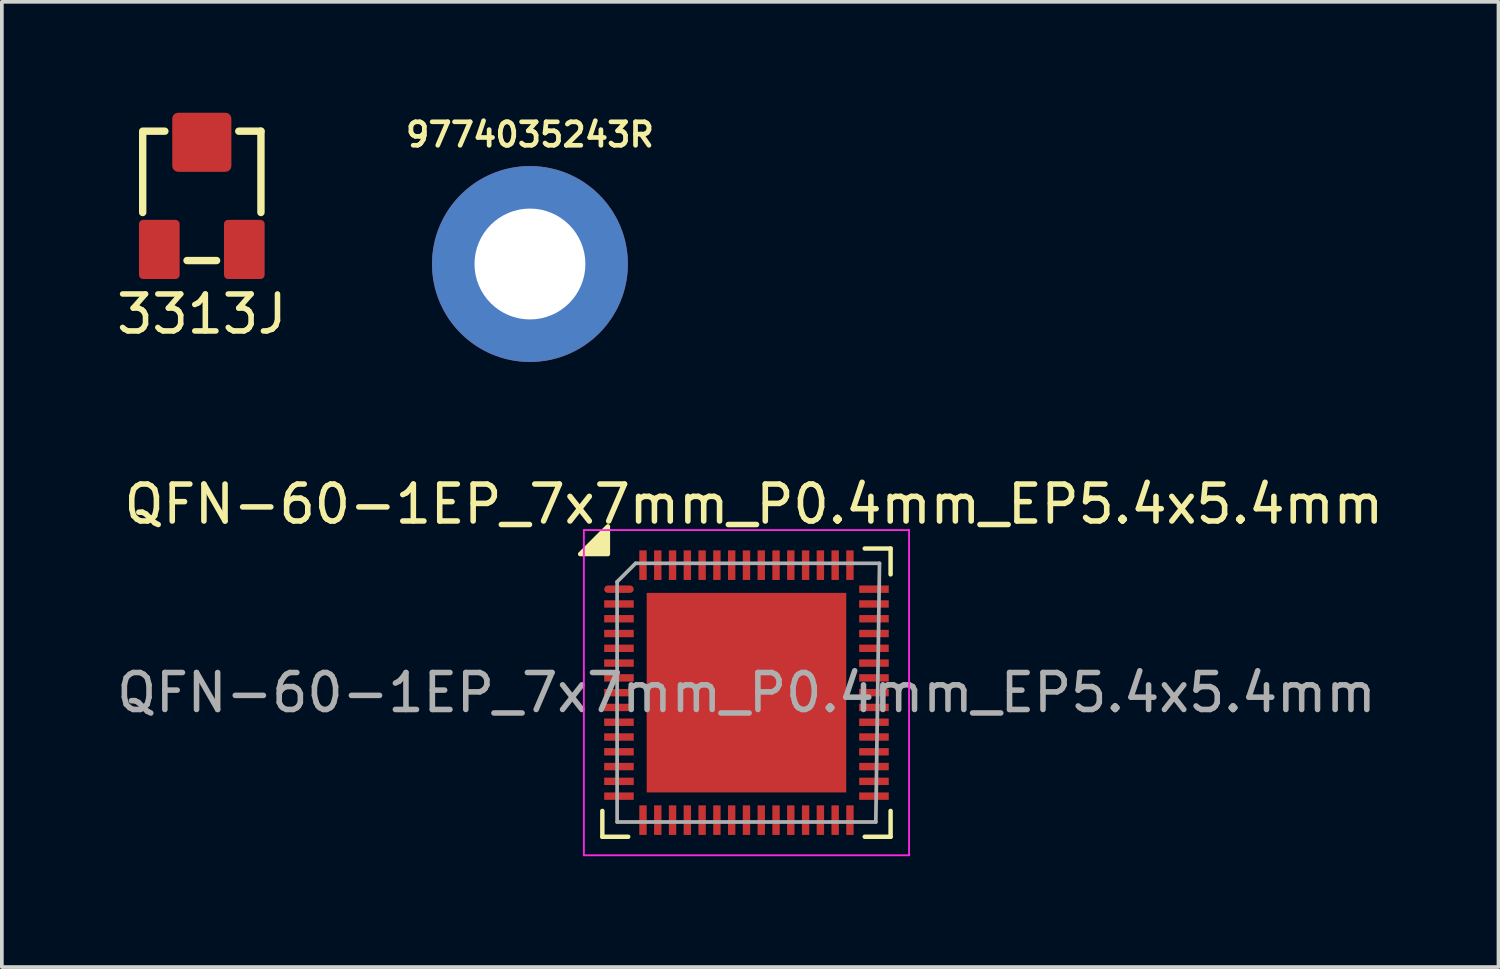
<source format=kicad_pcb>
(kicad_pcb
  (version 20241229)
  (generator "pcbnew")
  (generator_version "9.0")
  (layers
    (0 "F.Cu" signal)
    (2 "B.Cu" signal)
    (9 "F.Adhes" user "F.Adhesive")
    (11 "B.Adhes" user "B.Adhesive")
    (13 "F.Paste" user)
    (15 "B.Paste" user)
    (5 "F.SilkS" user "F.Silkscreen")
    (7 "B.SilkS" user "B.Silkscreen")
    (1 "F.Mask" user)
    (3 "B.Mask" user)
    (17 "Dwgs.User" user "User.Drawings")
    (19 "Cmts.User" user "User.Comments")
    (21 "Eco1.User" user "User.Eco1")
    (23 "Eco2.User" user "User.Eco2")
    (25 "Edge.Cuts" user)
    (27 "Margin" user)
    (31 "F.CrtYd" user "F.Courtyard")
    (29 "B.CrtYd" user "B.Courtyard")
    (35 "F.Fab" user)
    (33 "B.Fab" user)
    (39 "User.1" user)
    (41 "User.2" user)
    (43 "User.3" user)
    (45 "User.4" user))
  (footprint "9774035243R"
    (layer "F.Cu")
    (at 11.29 4.094)
    (property "Reference" "9774035243R" (at 0 -3.5 0) (layer "F.SilkS") (effects (font (size 0.635 0.635) (thickness 0.127))))
    (attr smd)
    (fp_arc (start -2.075 0) (mid -1.91705 -0.794068) (end -1.467247 -1.467247) (stroke (width 1.15) (type solid)) (layer "F.Paste"))
    (fp_arc (start 0 -2.075) (mid 0.794068 -1.91705) (end 1.467247 -1.467247) (stroke (width 1.15) (type solid)) (layer "F.Paste"))
    (fp_arc (start 0 2.075) (mid -0.794068 1.91705) (end -1.467247 1.467247) (stroke (width 1.15) (type solid)) (layer "F.Paste"))
    (fp_arc (start 2.075 0) (mid 1.91705 0.794068) (end 1.467247 1.467247) (stroke (width 1.15) (type solid)) (layer "F.Paste"))
    (pad "" connect circle (at 0 0) (size 2.9 2.9) (layers "B.Mask"))
    (pad "1" thru_hole circle (at 0 0) (size 5.3 5.3) (drill 3) (layers "*.Cu" "F.Mask")))
  (footprint "3313J"
    (layer "F.Cu")
    (at 2.411 2.25)
    (property "Reference" "3313J" (at 0 3.2 0) (layer "F.SilkS") (effects (font (size 1 1) (thickness 0.15))))
    (fp_line (start -1.6 -1.75) (end -1 -1.75) (stroke (width 0.2) (type solid)) (layer "F.SilkS"))
    (fp_line (start -1.6 -1.7) (end -1.6 -1.75) (stroke (width 0.05) (type solid)) (layer "F.SilkS"))
    (fp_line (start -1.6 0.45) (end -1.6 -1.7) (stroke (width 0.2) (type solid)) (layer "F.SilkS"))
    (fp_line (start 0.4 1.75) (end -0.4 1.75) (stroke (width 0.2) (type solid)) (layer "F.SilkS"))
    (fp_line (start 1 -1.75) (end 1.6 -1.75) (stroke (width 0.2) (type solid)) (layer "F.SilkS"))
    (fp_line (start 1.6 -1.75) (end 1.6 0.45) (stroke (width 0.2) (type solid)) (layer "F.SilkS"))
    (pad "1" smd roundrect (at 1.15 1.45) (size 1.1 1.6) (layers "F.Cu" "F.Mask" "F.Paste") (roundrect_rratio 0.1))
    (pad "2" smd roundrect (at 0 -1.45) (size 1.6 1.6) (layers "F.Cu" "F.Mask" "F.Paste") (roundrect_rratio 0.1))
    (pad "3" smd roundrect (at -1.15 1.45) (size 1.1 1.6) (layers "F.Cu" "F.Mask" "F.Paste") (roundrect_rratio 0.1)))
  (footprint "QFN-60-1EP_7x7mm_P0.4mm_EP5.4x5.4mm"
    (layer "F.Cu")
    (at 17.149 15.693)
    (property "Reference" "QFN-60-1EP_7x7mm_P0.4mm_EP5.4x5.4mm" (at 0.2 -5.1 0) (layer "F.SilkS") (effects (font (size 1 1) (thickness 0.15))))
    (attr smd)
    (fp_line (start -3.9 3.9) (end -3.9 3.2) (stroke (width 0.12) (type solid)) (layer "F.SilkS"))
    (fp_line (start -3.2 3.9) (end -3.9 3.9) (stroke (width 0.12) (type solid)) (layer "F.SilkS"))
    (fp_line (start 3.2 -3.9) (end 3.9 -3.9) (stroke (width 0.12) (type solid)) (layer "F.SilkS"))
    (fp_line (start 3.9 -3.9) (end 3.9 -3.2) (stroke (width 0.12) (type solid)) (layer "F.SilkS"))
    (fp_line (start 3.9 3.2) (end 3.9 3.9) (stroke (width 0.12) (type solid)) (layer "F.SilkS"))
    (fp_line (start 3.9 3.9) (end 3.2 3.9) (stroke (width 0.12) (type solid)) (layer "F.SilkS"))
    (fp_poly (pts (xy -3.75 -3.75) (xy -4.5 -3.75) (xy -3.75 -4.5)) (stroke (width 0.12) (type solid)) (fill yes) (layer "F.SilkS"))
    (fp_line (start -4.4 -4.4) (end -4.4 4.4) (stroke (width 0.05) (type solid)) (layer "F.CrtYd"))
    (fp_line (start -4.4 4.4) (end 4.4 4.4) (stroke (width 0.05) (type solid)) (layer "F.CrtYd"))
    (fp_line (start 4.4 -4.4) (end -4.4 -4.4) (stroke (width 0.05) (type solid)) (layer "F.CrtYd"))
    (fp_line (start 4.4 4.4) (end 4.4 -4.4) (stroke (width 0.05) (type solid)) (layer "F.CrtYd"))
    (fp_line (start -3.5 -3) (end -3 -3.5) (stroke (width 0.1) (type solid)) (layer "F.Fab"))
    (fp_line (start -3.5 3.5) (end -3.5 -3) (stroke (width 0.1) (type solid)) (layer "F.Fab"))
    (fp_line (start -3 -3.5) (end 3.6 -3.5) (stroke (width 0.1) (type solid)) (layer "F.Fab"))
    (fp_line (start 3.5 3.5) (end -3.5 3.5) (stroke (width 0.1) (type solid)) (layer "F.Fab"))
    (fp_line (start 3.6 -3.5) (end 3.5 3.5) (stroke (width 0.1) (type solid)) (layer "F.Fab"))
    (fp_text user "${REFERENCE}" (at 0 0 0) (layer "F.Fab") (effects (font (size 1 1) (thickness 0.15))))
    (pad "" smd roundrect (at -2.2 -2.2) (size 0.75 0.75) (layers "F.Paste") (roundrect_rratio 0.238))
    (pad "" smd roundrect (at -2.2 -1.1) (size 0.75 0.75) (layers "F.Paste") (roundrect_rratio 0.238))
    (pad "" smd roundrect (at -2.2 0) (size 0.75 0.75) (layers "F.Paste") (roundrect_rratio 0.238))
    (pad "" smd roundrect (at -2.2 1.1) (size 0.75 0.75) (layers "F.Paste") (roundrect_rratio 0.238))
    (pad "" smd roundrect (at -2.2 2.2) (size 0.75 0.75) (layers "F.Paste") (roundrect_rratio 0.238))
    (pad "" smd roundrect (at -1.1 -2.2) (size 0.75 0.75) (layers "F.Paste") (roundrect_rratio 0.238))
    (pad "" smd roundrect (at -1.1 -1.1) (size 0.75 0.75) (layers "F.Paste") (roundrect_rratio 0.238))
    (pad "" smd roundrect (at -1.1 0) (size 0.75 0.75) (layers "F.Paste") (roundrect_rratio 0.238))
    (pad "" smd roundrect (at -1.1 1.1) (size 0.75 0.75) (layers "F.Paste") (roundrect_rratio 0.238))
    (pad "" smd roundrect (at -1.1 2.2) (size 0.75 0.75) (layers "F.Paste") (roundrect_rratio 0.238))
    (pad "" smd roundrect (at 0 -2.2) (size 0.75 0.75) (layers "F.Paste") (roundrect_rratio 0.238))
    (pad "" smd roundrect (at 0 -1.1) (size 0.75 0.75) (layers "F.Paste") (roundrect_rratio 0.238))
    (pad "" smd roundrect (at 0 0) (size 0.75 0.75) (layers "F.Paste") (roundrect_rratio 0.238))
    (pad "" smd roundrect (at 0 1.1) (size 0.75 0.75) (layers "F.Paste") (roundrect_rratio 0.238))
    (pad "" smd roundrect (at 0 2.2) (size 0.75 0.75) (layers "F.Paste") (roundrect_rratio 0.238))
    (pad "" smd roundrect (at 1.1 -2.2) (size 0.75 0.75) (layers "F.Paste") (roundrect_rratio 0.238))
    (pad "" smd roundrect (at 1.1 -1.1) (size 0.75 0.75) (layers "F.Paste") (roundrect_rratio 0.238))
    (pad "" smd roundrect (at 1.1 0) (size 0.75 0.75) (layers "F.Paste") (roundrect_rratio 0.238))
    (pad "" smd roundrect (at 1.1 1.1) (size 0.75 0.75) (layers "F.Paste") (roundrect_rratio 0.238))
    (pad "" smd roundrect (at 1.1 2.2) (size 0.75 0.75) (layers "F.Paste") (roundrect_rratio 0.238))
    (pad "" smd roundrect (at 2.2 -2.2) (size 0.75 0.75) (layers "F.Paste") (roundrect_rratio 0.238))
    (pad "" smd roundrect (at 2.2 -1.1) (size 0.75 0.75) (layers "F.Paste") (roundrect_rratio 0.238))
    (pad "" smd roundrect (at 2.2 0) (size 0.75 0.75) (layers "F.Paste") (roundrect_rratio 0.238))
    (pad "" smd roundrect (at 2.2 1.1) (size 0.75 0.75) (layers "F.Paste") (roundrect_rratio 0.238))
    (pad "" smd roundrect (at 2.2 2.2) (size 0.75 0.75) (layers "F.Paste") (roundrect_rratio 0.238))
    (pad "1" smd roundrect (at -3.45 -2.8) (size 0.8 0.2) (layers "F.Cu" "F.Mask" "F.Paste") (roundrect_rratio 0.5))
    (pad "2" smd trapezoid (at -3.45 -2.4) (size 0.8 0.2) (layers "F.Cu" "F.Mask" "F.Paste"))
    (pad "3" smd trapezoid (at -3.45 -2) (size 0.8 0.2) (layers "F.Cu" "F.Mask" "F.Paste"))
    (pad "4" smd trapezoid (at -3.45 -1.6) (size 0.8 0.2) (layers "F.Cu" "F.Mask" "F.Paste"))
    (pad "5" smd trapezoid (at -3.45 -1.2) (size 0.8 0.2) (layers "F.Cu" "F.Mask" "F.Paste"))
    (pad "6" smd trapezoid (at -3.45 -0.8) (size 0.8 0.2) (layers "F.Cu" "F.Mask" "F.Paste"))
    (pad "7" smd trapezoid (at -3.45 -0.4) (size 0.8 0.2) (layers "F.Cu" "F.Mask" "F.Paste"))
    (pad "8" smd trapezoid (at -3.45 0) (size 0.8 0.2) (layers "F.Cu" "F.Mask" "F.Paste"))
    (pad "9" smd trapezoid (at -3.45 0.4) (size 0.8 0.2) (layers "F.Cu" "F.Mask" "F.Paste"))
    (pad "10" smd trapezoid (at -3.45 0.8) (size 0.8 0.2) (layers "F.Cu" "F.Mask" "F.Paste"))
    (pad "11" smd trapezoid (at -3.45 1.2) (size 0.8 0.2) (layers "F.Cu" "F.Mask" "F.Paste"))
    (pad "12" smd trapezoid (at -3.45 1.6) (size 0.8 0.2) (layers "F.Cu" "F.Mask" "F.Paste"))
    (pad "13" smd trapezoid (at -3.45 2) (size 0.8 0.2) (layers "F.Cu" "F.Mask" "F.Paste"))
    (pad "14" smd trapezoid (at -3.45 2.4) (size 0.8 0.2) (layers "F.Cu" "F.Mask" "F.Paste"))
    (pad "15" smd trapezoid (at -3.45 2.8) (size 0.8 0.2) (layers "F.Cu" "F.Mask" "F.Paste"))
    (pad "16" smd trapezoid (at -2.8 3.45 270) (size 0.8 0.2) (layers "F.Cu" "F.Mask" "F.Paste"))
    (pad "17" smd trapezoid (at -2.4 3.45 90) (size 0.8 0.2) (layers "F.Cu" "F.Mask" "F.Paste"))
    (pad "18" smd trapezoid (at -2 3.45 90) (size 0.8 0.2) (layers "F.Cu" "F.Mask" "F.Paste"))
    (pad "19" smd trapezoid (at -1.6 3.45 90) (size 0.8 0.2) (layers "F.Cu" "F.Mask" "F.Paste"))
    (pad "20" smd trapezoid (at -1.2 3.45 90) (size 0.8 0.2) (layers "F.Cu" "F.Mask" "F.Paste"))
    (pad "21" smd trapezoid (at -0.8 3.45 90) (size 0.8 0.2) (layers "F.Cu" "F.Mask" "F.Paste"))
    (pad "22" smd trapezoid (at -0.4 3.45 90) (size 0.8 0.2) (layers "F.Cu" "F.Mask" "F.Paste"))
    (pad "23" smd trapezoid (at 0 3.45 90) (size 0.8 0.2) (layers "F.Cu" "F.Mask" "F.Paste"))
    (pad "24" smd trapezoid (at 0.4 3.45 90) (size 0.8 0.2) (layers "F.Cu" "F.Mask" "F.Paste"))
    (pad "25" smd trapezoid (at 0.8 3.45 90) (size 0.8 0.2) (layers "F.Cu" "F.Mask" "F.Paste"))
    (pad "26" smd trapezoid (at 1.2 3.45 90) (size 0.8 0.2) (layers "F.Cu" "F.Mask" "F.Paste"))
    (pad "27" smd trapezoid (at 1.6 3.45 90) (size 0.8 0.2) (layers "F.Cu" "F.Mask" "F.Paste"))
    (pad "28" smd trapezoid (at 2 3.45 90) (size 0.8 0.2) (layers "F.Cu" "F.Mask" "F.Paste"))
    (pad "29" smd trapezoid (at 2.4 3.45 90) (size 0.8 0.2) (layers "F.Cu" "F.Mask" "F.Paste"))
    (pad "30" smd trapezoid (at 2.8 3.45 90) (size 0.8 0.2) (layers "F.Cu" "F.Mask" "F.Paste"))
    (pad "31" smd trapezoid (at 3.45 2.8) (size 0.8 0.2) (layers "F.Cu" "F.Mask" "F.Paste"))
    (pad "32" smd trapezoid (at 3.45 2.4) (size 0.8 0.2) (layers "F.Cu" "F.Mask" "F.Paste"))
    (pad "33" smd trapezoid (at 3.45 2) (size 0.8 0.2) (layers "F.Cu" "F.Mask" "F.Paste"))
    (pad "34" smd trapezoid (at 3.45 1.6) (size 0.8 0.2) (layers "F.Cu" "F.Mask" "F.Paste"))
    (pad "35" smd trapezoid (at 3.45 1.2) (size 0.8 0.2) (layers "F.Cu" "F.Mask" "F.Paste"))
    (pad "36" smd trapezoid (at 3.45 0.8) (size 0.8 0.2) (layers "F.Cu" "F.Mask" "F.Paste"))
    (pad "37" smd trapezoid (at 3.45 0.4) (size 0.8 0.2) (layers "F.Cu" "F.Mask" "F.Paste"))
    (pad "38" smd trapezoid (at 3.45 0) (size 0.8 0.2) (layers "F.Cu" "F.Mask" "F.Paste"))
    (pad "39" smd trapezoid (at 3.45 -0.4) (size 0.8 0.2) (layers "F.Cu" "F.Mask" "F.Paste"))
    (pad "40" smd trapezoid (at 3.45 -0.8) (size 0.8 0.2) (layers "F.Cu" "F.Mask" "F.Paste"))
    (pad "41" smd trapezoid (at 3.45 -1.2) (size 0.8 0.2) (layers "F.Cu" "F.Mask" "F.Paste"))
    (pad "42" smd trapezoid (at 3.45 -1.6) (size 0.8 0.2) (layers "F.Cu" "F.Mask" "F.Paste"))
    (pad "43" smd trapezoid (at 3.45 -2) (size 0.8 0.2) (layers "F.Cu" "F.Mask" "F.Paste"))
    (pad "44" smd trapezoid (at 3.45 -2.4) (size 0.8 0.2) (layers "F.Cu" "F.Mask" "F.Paste"))
    (pad "45" smd trapezoid (at 3.45 -2.8) (size 0.8 0.2) (layers "F.Cu" "F.Mask" "F.Paste"))
    (pad "46" smd trapezoid (at 2.8 -3.45 90) (size 0.8 0.2) (layers "F.Cu" "F.Mask" "F.Paste"))
    (pad "47" smd trapezoid (at 2.4 -3.45 90) (size 0.8 0.2) (layers "F.Cu" "F.Mask" "F.Paste"))
    (pad "48" smd trapezoid (at 2 -3.45 90) (size 0.8 0.2) (layers "F.Cu" "F.Mask" "F.Paste"))
    (pad "49" smd trapezoid (at 1.6 -3.45 90) (size 0.8 0.2) (layers "F.Cu" "F.Mask" "F.Paste"))
    (pad "50" smd trapezoid (at 1.2 -3.45 90) (size 0.8 0.2) (layers "F.Cu" "F.Mask" "F.Paste"))
    (pad "51" smd trapezoid (at 0.8 -3.45 90) (size 0.8 0.2) (layers "F.Cu" "F.Mask" "F.Paste"))
    (pad "52" smd trapezoid (at 0.4 -3.45 90) (size 0.8 0.2) (layers "F.Cu" "F.Mask" "F.Paste"))
    (pad "53" smd trapezoid (at 0 -3.45 90) (size 0.8 0.2) (layers "F.Cu" "F.Mask" "F.Paste"))
    (pad "54" smd trapezoid (at -0.4 -3.45 90) (size 0.8 0.2) (layers "F.Cu" "F.Mask" "F.Paste"))
    (pad "55" smd trapezoid (at -0.8 -3.45 90) (size 0.8 0.2) (layers "F.Cu" "F.Mask" "F.Paste"))
    (pad "56" smd trapezoid (at -1.2 -3.45 90) (size 0.8 0.2) (layers "F.Cu" "F.Mask" "F.Paste"))
    (pad "57" smd trapezoid (at -1.6 -3.45 90) (size 0.8 0.2) (layers "F.Cu" "F.Mask" "F.Paste"))
    (pad "58" smd trapezoid (at -2 -3.45 90) (size 0.8 0.2) (layers "F.Cu" "F.Mask" "F.Paste"))
    (pad "59" smd trapezoid (at -2.4 -3.45 90) (size 0.8 0.2) (layers "F.Cu" "F.Mask" "F.Paste"))
    (pad "60" smd trapezoid (at -2.8 -3.45 90) (size 0.8 0.2) (layers "F.Cu" "F.Mask" "F.Paste"))
    (pad "61" smd rect (at 0 0) (size 5.4 5.4) (layers "F.Cu" "F.Mask")))
  (gr_rect
    (start -3 -3)
    (end 37.498 23.118)
    (stroke (width 0.1) (type default))
    (fill no)
    (layer "Edge.Cuts")))
</source>
